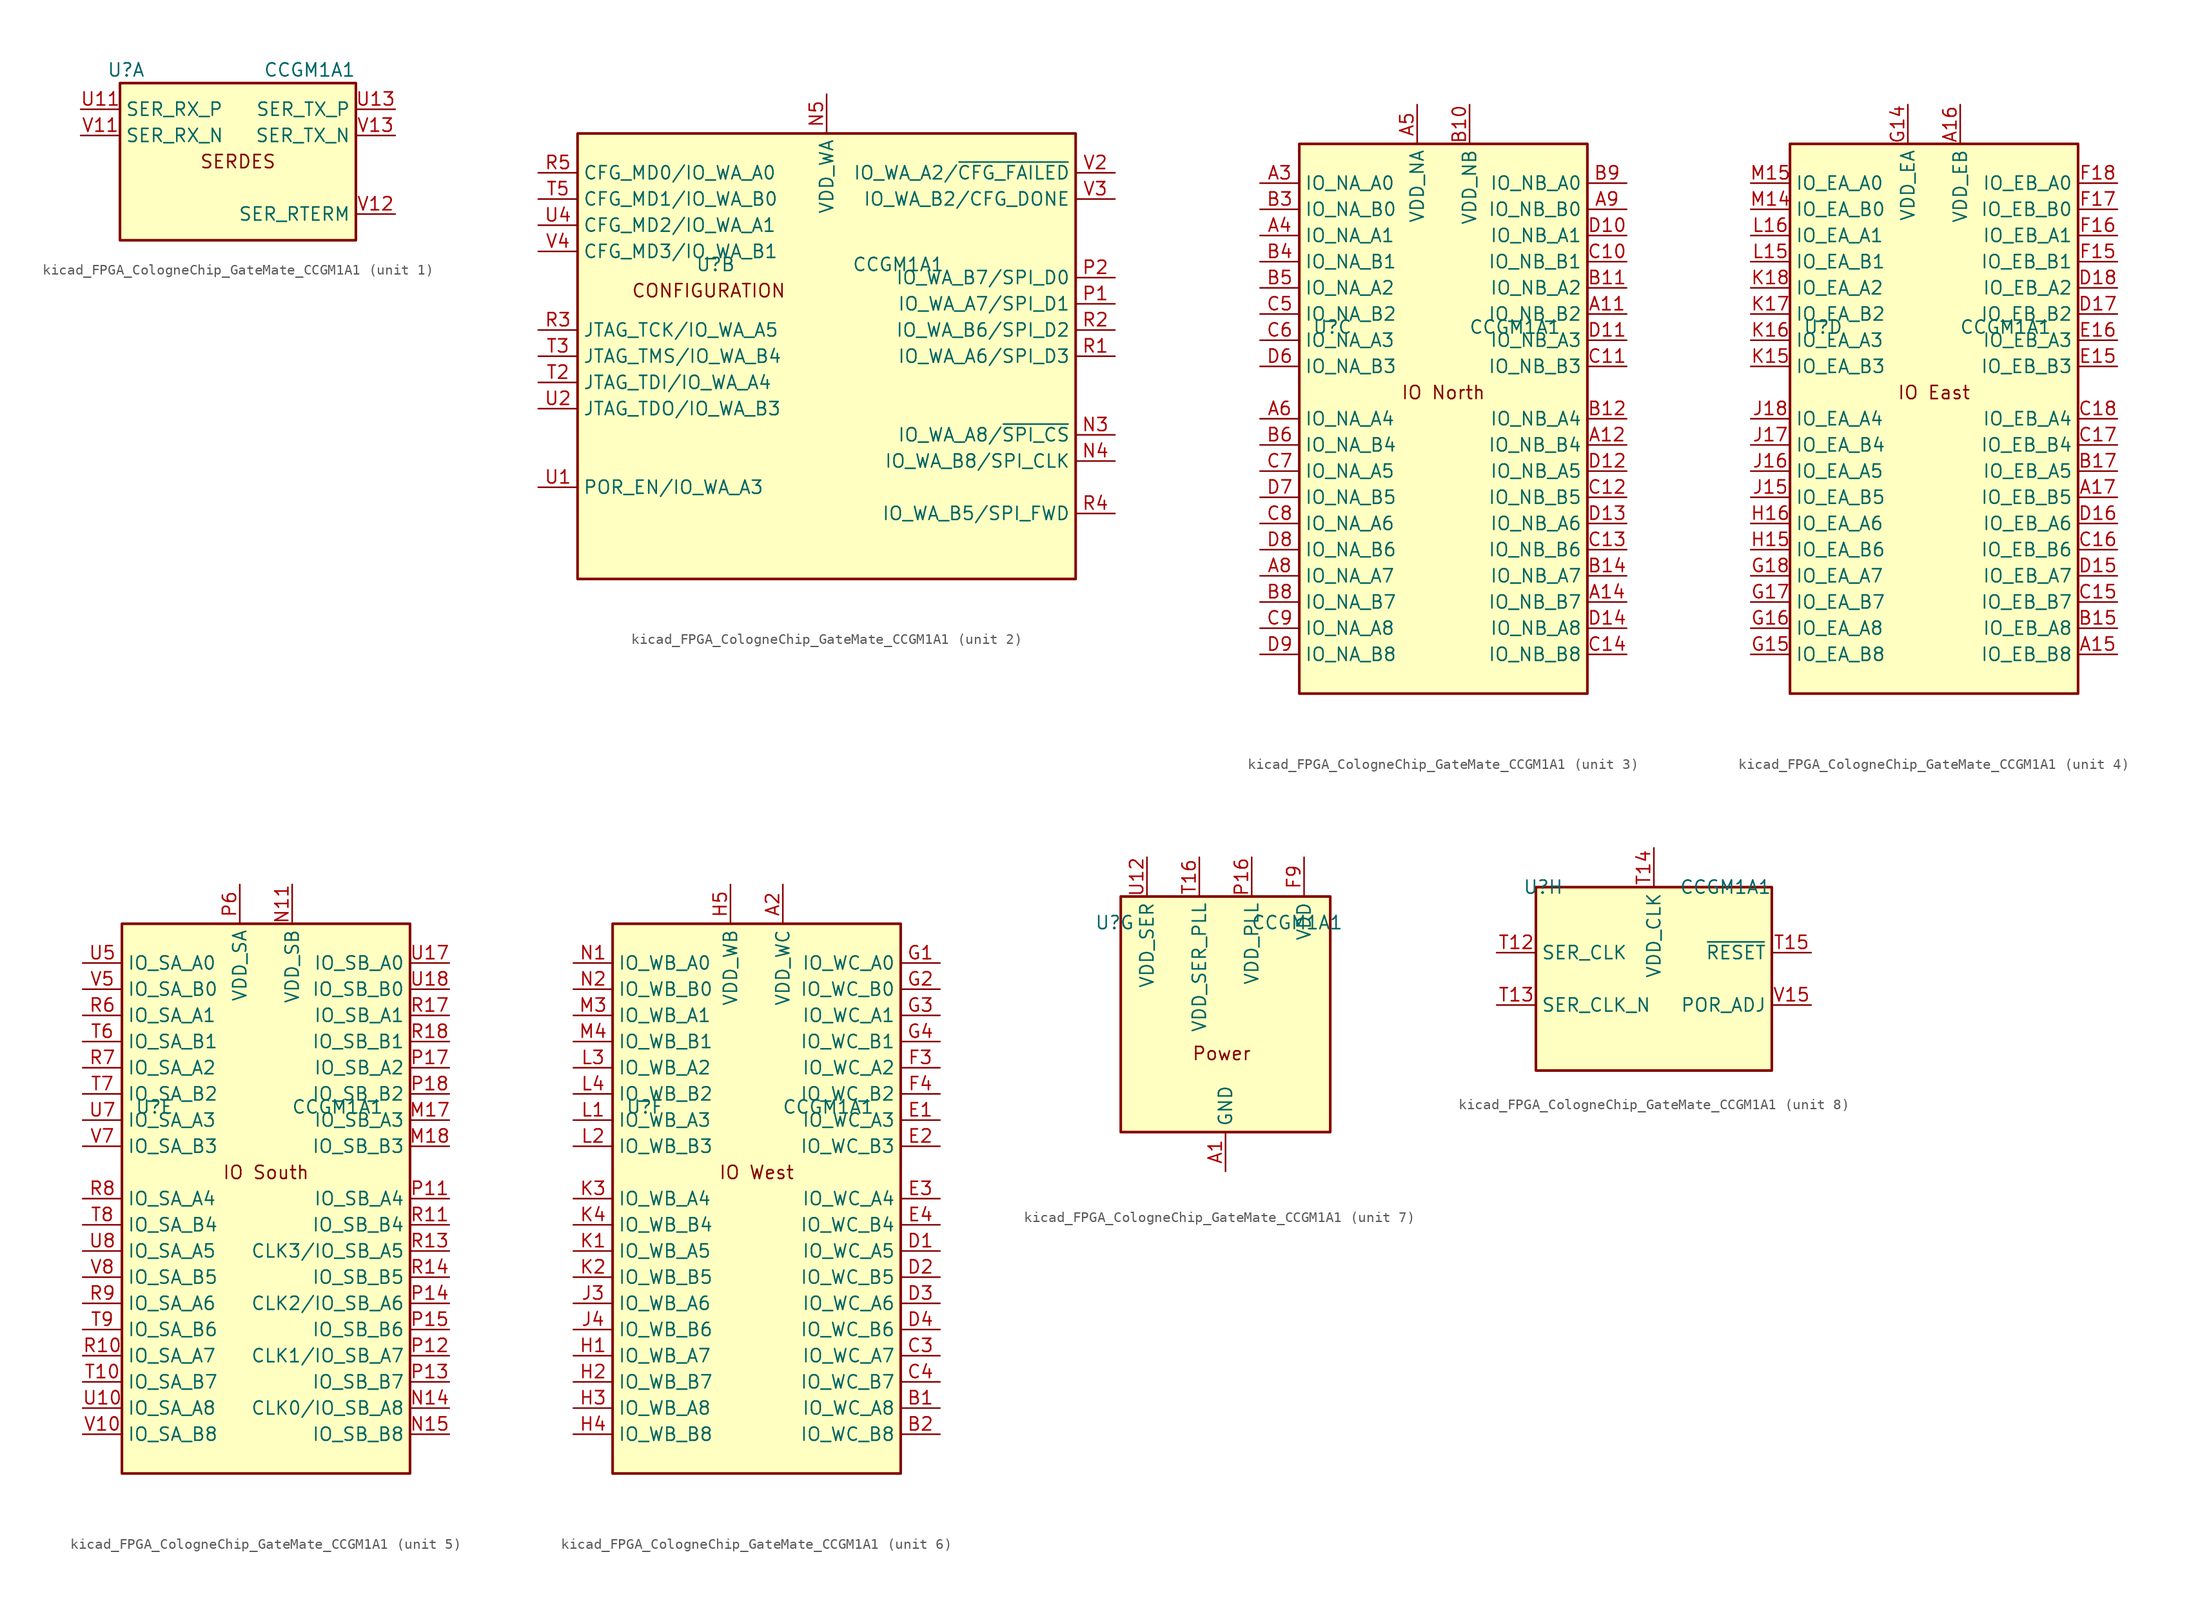
<source format=kicad_sym>
(kicad_symbol_lib
  (version 20220914)
  (generator kicad_symbol_editor)
  (symbol "kicad_FPGA_CologneChip_GateMate_CCGM1A1"
    (property "Reference" "U"
      (at -12.7 8.89 0)
      (effects (font (size 1.27 1.27)) (justify left)))
    (property "Value" "CCGM1A1"
      (at 11.43 8.89 0)
      (effects (font (size 1.27 1.27)) (justify right)))
    (property "ki_locked" ""
      (at 0 0 0)
      (effects (font (size 1.27 1.27))))
    (symbol "kicad_FPGA_CologneChip_GateMate_CCGM1A1_1_1"
      (rectangle (start -11.43 7.62) (end 11.43 -7.62) (stroke (width 0.254) (type default)) (fill (type background)))
      (text "SERDES" (at 0 0 0) (effects (font (size 1.27 1.27))))
      (pin input line (at -15.24 5.08 0) (length 3.81) (name "SER_RX_P" (effects (font (size 1.27 1.27)))) (number "U11" (effects (font (size 1.27 1.27)))))
      (pin output line (at 15.24 5.08 180) (length 3.81) (name "SER_TX_P" (effects (font (size 1.27 1.27)))) (number "U13" (effects (font (size 1.27 1.27)))))
      (pin input line (at -15.24 2.54 0) (length 3.81) (name "SER_RX_N" (effects (font (size 1.27 1.27)))) (number "V11" (effects (font (size 1.27 1.27)))))
      (pin passive line (at 15.24 -5.08 180) (length 3.81) (name "SER_RTERM" (effects (font (size 1.27 1.27)))) (number "V12" (effects (font (size 1.27 1.27)))))
      (pin output line (at 15.24 2.54 180) (length 3.81) (name "SER_TX_N" (effects (font (size 1.27 1.27)))) (number "V13" (effects (font (size 1.27 1.27))))))
    (symbol "kicad_FPGA_CologneChip_GateMate_CCGM1A1_2_1"
      (rectangle (start 24.13 21.59) (end -24.13 -21.59) (stroke (width 0.254) (type default)) (fill (type background)))
      (text "CONFIGURATION" (at -11.43 6.35 0) (effects (font (size 1.27 1.27))))
      (pin bidirectional line (at 27.94 -7.62 180) (length 3.81) (name "IO_WA_A8/~{SPI_CS}" (effects (font (size 1.27 1.27)))) (number "N3" (effects (font (size 1.27 1.27)))))
      (pin bidirectional line (at 27.94 -10.16 180) (length 3.81) (name "IO_WA_B8/SPI_CLK" (effects (font (size 1.27 1.27)))) (number "N4" (effects (font (size 1.27 1.27)))))
      (pin power_in line (at 0 25.4 270) (length 3.81) (name "VDD_WA" (effects (font (size 1.27 1.27)))) (number "N5" (effects (font (size 1.27 1.27)))))
      (pin bidirectional line (at 27.94 5.08 180) (length 3.81) (name "IO_WA_A7/SPI_D1" (effects (font (size 1.27 1.27)))) (number "P1" (effects (font (size 1.27 1.27)))))
      (pin bidirectional line (at 27.94 7.62 180) (length 3.81) (name "IO_WA_B7/SPI_D0" (effects (font (size 1.27 1.27)))) (number "P2" (effects (font (size 1.27 1.27)))))
      (pin passive line (at 0 25.4 270) (length 3.81) hide (name "VDD_WA" (effects (font (size 1.27 1.27)))) (number "P3" (effects (font (size 1.27 1.27)))))
      (pin passive line (at 0 25.4 270) (length 3.81) hide (name "VDD_WA" (effects (font (size 1.27 1.27)))) (number "P5" (effects (font (size 1.27 1.27)))))
      (pin bidirectional line (at 27.94 0 180) (length 3.81) (name "IO_WA_A6/SPI_D3" (effects (font (size 1.27 1.27)))) (number "R1" (effects (font (size 1.27 1.27)))))
      (pin bidirectional line (at 27.94 2.54 180) (length 3.81) (name "IO_WA_B6/SPI_D2" (effects (font (size 1.27 1.27)))) (number "R2" (effects (font (size 1.27 1.27)))))
      (pin bidirectional line (at -27.94 2.54 0) (length 3.81) (name "JTAG_TCK/IO_WA_A5" (effects (font (size 1.27 1.27)))) (number "R3" (effects (font (size 1.27 1.27)))))
      (pin bidirectional line (at 27.94 -15.24 180) (length 3.81) (name "IO_WA_B5/SPI_FWD" (effects (font (size 1.27 1.27)))) (number "R4" (effects (font (size 1.27 1.27)))))
      (pin bidirectional line (at -27.94 17.78 0) (length 3.81) (name "CFG_MD0/IO_WA_A0" (effects (font (size 1.27 1.27)))) (number "R5" (effects (font (size 1.27 1.27)))))
      (pin passive line (at 0 25.4 270) (length 3.81) hide (name "VDD_WA" (effects (font (size 1.27 1.27)))) (number "T1" (effects (font (size 1.27 1.27)))))
      (pin bidirectional line (at -27.94 -2.54 0) (length 3.81) (name "JTAG_TDI/IO_WA_A4" (effects (font (size 1.27 1.27)))) (number "T2" (effects (font (size 1.27 1.27)))))
      (pin bidirectional line (at -27.94 0 0) (length 3.81) (name "JTAG_TMS/IO_WA_B4" (effects (font (size 1.27 1.27)))) (number "T3" (effects (font (size 1.27 1.27)))))
      (pin bidirectional line (at -27.94 15.24 0) (length 3.81) (name "CFG_MD1/IO_WA_B0" (effects (font (size 1.27 1.27)))) (number "T5" (effects (font (size 1.27 1.27)))))
      (pin bidirectional line (at -27.94 -12.7 0) (length 3.81) (name "POR_EN/IO_WA_A3" (effects (font (size 1.27 1.27)))) (number "U1" (effects (font (size 1.27 1.27)))))
      (pin bidirectional line (at -27.94 -5.08 0) (length 3.81) (name "JTAG_TDO/IO_WA_B3" (effects (font (size 1.27 1.27)))) (number "U2" (effects (font (size 1.27 1.27)))))
      (pin passive line (at 0 25.4 270) (length 3.81) hide (name "VDD_WA" (effects (font (size 1.27 1.27)))) (number "U3" (effects (font (size 1.27 1.27)))))
      (pin bidirectional line (at -27.94 12.7 0) (length 3.81) (name "CFG_MD2/IO_WA_A1" (effects (font (size 1.27 1.27)))) (number "U4" (effects (font (size 1.27 1.27)))))
      (pin bidirectional line (at 27.94 17.78 180) (length 3.81) (name "IO_WA_A2/~{CFG_FAILED}" (effects (font (size 1.27 1.27)))) (number "V2" (effects (font (size 1.27 1.27)))))
      (pin bidirectional line (at 27.94 15.24 180) (length 3.81) (name "IO_WA_B2/CFG_DONE" (effects (font (size 1.27 1.27)))) (number "V3" (effects (font (size 1.27 1.27)))))
      (pin bidirectional line (at -27.94 10.16 0) (length 3.81) (name "CFG_MD3/IO_WA_B1" (effects (font (size 1.27 1.27)))) (number "V4" (effects (font (size 1.27 1.27))))))
    (symbol "kicad_FPGA_CologneChip_GateMate_CCGM1A1_3_1"
      (rectangle (start -13.97 -26.67) (end 13.97 26.67) (stroke (width 0.254) (type default)) (fill (type background)))
      (text "IO North" (at 0 2.54 0) (effects (font (size 1.27 1.27))))
      (pin bidirectional line (at 17.78 10.16 180) (length 3.81) (name "IO_NB_B2" (effects (font (size 1.27 1.27)))) (number "A11" (effects (font (size 1.27 1.27)))))
      (pin bidirectional line (at 17.78 -2.54 180) (length 3.81) (name "IO_NB_B4" (effects (font (size 1.27 1.27)))) (number "A12" (effects (font (size 1.27 1.27)))))
      (pin bidirectional line (at 17.78 -17.78 180) (length 3.81) (name "IO_NB_B7" (effects (font (size 1.27 1.27)))) (number "A14" (effects (font (size 1.27 1.27)))))
      (pin bidirectional line (at -17.78 22.86 0) (length 3.81) (name "IO_NA_A0" (effects (font (size 1.27 1.27)))) (number "A3" (effects (font (size 1.27 1.27)))))
      (pin bidirectional line (at -17.78 17.78 0) (length 3.81) (name "IO_NA_A1" (effects (font (size 1.27 1.27)))) (number "A4" (effects (font (size 1.27 1.27)))))
      (pin power_in line (at -2.54 30.48 270) (length 3.81) (name "VDD_NA" (effects (font (size 1.27 1.27)))) (number "A5" (effects (font (size 1.27 1.27)))))
      (pin bidirectional line (at -17.78 0 0) (length 3.81) (name "IO_NA_A4" (effects (font (size 1.27 1.27)))) (number "A6" (effects (font (size 1.27 1.27)))))
      (pin bidirectional line (at -17.78 -15.24 0) (length 3.81) (name "IO_NA_A7" (effects (font (size 1.27 1.27)))) (number "A8" (effects (font (size 1.27 1.27)))))
      (pin bidirectional line (at 17.78 20.32 180) (length 3.81) (name "IO_NB_B0" (effects (font (size 1.27 1.27)))) (number "A9" (effects (font (size 1.27 1.27)))))
      (pin power_in line (at 2.54 30.48 270) (length 3.81) (name "VDD_NB" (effects (font (size 1.27 1.27)))) (number "B10" (effects (font (size 1.27 1.27)))))
      (pin bidirectional line (at 17.78 12.7 180) (length 3.81) (name "IO_NB_A2" (effects (font (size 1.27 1.27)))) (number "B11" (effects (font (size 1.27 1.27)))))
      (pin bidirectional line (at 17.78 0 180) (length 3.81) (name "IO_NB_A4" (effects (font (size 1.27 1.27)))) (number "B12" (effects (font (size 1.27 1.27)))))
      (pin passive line (at 2.54 30.48 270) (length 3.81) hide (name "VDD_NB" (effects (font (size 1.27 1.27)))) (number "B13" (effects (font (size 1.27 1.27)))))
      (pin bidirectional line (at 17.78 -15.24 180) (length 3.81) (name "IO_NB_A7" (effects (font (size 1.27 1.27)))) (number "B14" (effects (font (size 1.27 1.27)))))
      (pin bidirectional line (at -17.78 20.32 0) (length 3.81) (name "IO_NA_B0" (effects (font (size 1.27 1.27)))) (number "B3" (effects (font (size 1.27 1.27)))))
      (pin bidirectional line (at -17.78 15.24 0) (length 3.81) (name "IO_NA_B1" (effects (font (size 1.27 1.27)))) (number "B4" (effects (font (size 1.27 1.27)))))
      (pin bidirectional line (at -17.78 12.7 0) (length 3.81) (name "IO_NA_A2" (effects (font (size 1.27 1.27)))) (number "B5" (effects (font (size 1.27 1.27)))))
      (pin bidirectional line (at -17.78 -2.54 0) (length 3.81) (name "IO_NA_B4" (effects (font (size 1.27 1.27)))) (number "B6" (effects (font (size 1.27 1.27)))))
      (pin passive line (at -2.54 30.48 270) (length 3.81) hide (name "VDD_NA" (effects (font (size 1.27 1.27)))) (number "B7" (effects (font (size 1.27 1.27)))))
      (pin bidirectional line (at -17.78 -17.78 0) (length 3.81) (name "IO_NA_B7" (effects (font (size 1.27 1.27)))) (number "B8" (effects (font (size 1.27 1.27)))))
      (pin bidirectional line (at 17.78 22.86 180) (length 3.81) (name "IO_NB_A0" (effects (font (size 1.27 1.27)))) (number "B9" (effects (font (size 1.27 1.27)))))
      (pin bidirectional line (at 17.78 15.24 180) (length 3.81) (name "IO_NB_B1" (effects (font (size 1.27 1.27)))) (number "C10" (effects (font (size 1.27 1.27)))))
      (pin bidirectional line (at 17.78 5.08 180) (length 3.81) (name "IO_NB_B3" (effects (font (size 1.27 1.27)))) (number "C11" (effects (font (size 1.27 1.27)))))
      (pin bidirectional line (at 17.78 -7.62 180) (length 3.81) (name "IO_NB_B5" (effects (font (size 1.27 1.27)))) (number "C12" (effects (font (size 1.27 1.27)))))
      (pin bidirectional line (at 17.78 -12.7 180) (length 3.81) (name "IO_NB_B6" (effects (font (size 1.27 1.27)))) (number "C13" (effects (font (size 1.27 1.27)))))
      (pin bidirectional line (at 17.78 -22.86 180) (length 3.81) (name "IO_NB_B8" (effects (font (size 1.27 1.27)))) (number "C14" (effects (font (size 1.27 1.27)))))
      (pin bidirectional line (at -17.78 10.16 0) (length 3.81) (name "IO_NA_B2" (effects (font (size 1.27 1.27)))) (number "C5" (effects (font (size 1.27 1.27)))))
      (pin bidirectional line (at -17.78 7.62 0) (length 3.81) (name "IO_NA_A3" (effects (font (size 1.27 1.27)))) (number "C6" (effects (font (size 1.27 1.27)))))
      (pin bidirectional line (at -17.78 -5.08 0) (length 3.81) (name "IO_NA_A5" (effects (font (size 1.27 1.27)))) (number "C7" (effects (font (size 1.27 1.27)))))
      (pin bidirectional line (at -17.78 -10.16 0) (length 3.81) (name "IO_NA_A6" (effects (font (size 1.27 1.27)))) (number "C8" (effects (font (size 1.27 1.27)))))
      (pin bidirectional line (at -17.78 -20.32 0) (length 3.81) (name "IO_NA_A8" (effects (font (size 1.27 1.27)))) (number "C9" (effects (font (size 1.27 1.27)))))
      (pin bidirectional line (at 17.78 17.78 180) (length 3.81) (name "IO_NB_A1" (effects (font (size 1.27 1.27)))) (number "D10" (effects (font (size 1.27 1.27)))))
      (pin bidirectional line (at 17.78 7.62 180) (length 3.81) (name "IO_NB_A3" (effects (font (size 1.27 1.27)))) (number "D11" (effects (font (size 1.27 1.27)))))
      (pin bidirectional line (at 17.78 -5.08 180) (length 3.81) (name "IO_NB_A5" (effects (font (size 1.27 1.27)))) (number "D12" (effects (font (size 1.27 1.27)))))
      (pin bidirectional line (at 17.78 -10.16 180) (length 3.81) (name "IO_NB_A6" (effects (font (size 1.27 1.27)))) (number "D13" (effects (font (size 1.27 1.27)))))
      (pin bidirectional line (at 17.78 -20.32 180) (length 3.81) (name "IO_NB_A8" (effects (font (size 1.27 1.27)))) (number "D14" (effects (font (size 1.27 1.27)))))
      (pin bidirectional line (at -17.78 5.08 0) (length 3.81) (name "IO_NA_B3" (effects (font (size 1.27 1.27)))) (number "D6" (effects (font (size 1.27 1.27)))))
      (pin bidirectional line (at -17.78 -7.62 0) (length 3.81) (name "IO_NA_B5" (effects (font (size 1.27 1.27)))) (number "D7" (effects (font (size 1.27 1.27)))))
      (pin bidirectional line (at -17.78 -12.7 0) (length 3.81) (name "IO_NA_B6" (effects (font (size 1.27 1.27)))) (number "D8" (effects (font (size 1.27 1.27)))))
      (pin bidirectional line (at -17.78 -22.86 0) (length 3.81) (name "IO_NA_B8" (effects (font (size 1.27 1.27)))) (number "D9" (effects (font (size 1.27 1.27)))))
      (pin passive line (at 2.54 30.48 270) (length 3.81) hide (name "VDD_NB" (effects (font (size 1.27 1.27)))) (number "E10" (effects (font (size 1.27 1.27)))))
      (pin passive line (at 2.54 30.48 270) (length 3.81) hide (name "VDD_NB" (effects (font (size 1.27 1.27)))) (number "E12" (effects (font (size 1.27 1.27)))))
      (pin passive line (at -2.54 30.48 270) (length 3.81) hide (name "VDD_NA" (effects (font (size 1.27 1.27)))) (number "E6" (effects (font (size 1.27 1.27)))))
      (pin passive line (at -2.54 30.48 270) (length 3.81) hide (name "VDD_NA" (effects (font (size 1.27 1.27)))) (number "E8" (effects (font (size 1.27 1.27)))))
      (pin passive line (at 2.54 30.48 270) (length 3.81) hide (name "VDD_NB" (effects (font (size 1.27 1.27)))) (number "F11" (effects (font (size 1.27 1.27)))))
      (pin passive line (at -2.54 30.48 270) (length 3.81) hide (name "VDD_NA" (effects (font (size 1.27 1.27)))) (number "F7" (effects (font (size 1.27 1.27))))))
    (symbol "kicad_FPGA_CologneChip_GateMate_CCGM1A1_4_1"
      (rectangle (start -13.97 -26.67) (end 13.97 26.67) (stroke (width 0.254) (type default)) (fill (type background)))
      (text "IO East" (at 0 2.54 0) (effects (font (size 1.27 1.27))))
      (pin bidirectional line (at 17.78 -22.86 180) (length 3.81) (name "IO_EB_B8" (effects (font (size 1.27 1.27)))) (number "A15" (effects (font (size 1.27 1.27)))))
      (pin power_in line (at 2.54 30.48 270) (length 3.81) (name "VDD_EB" (effects (font (size 1.27 1.27)))) (number "A16" (effects (font (size 1.27 1.27)))))
      (pin bidirectional line (at 17.78 -7.62 180) (length 3.81) (name "IO_EB_B5" (effects (font (size 1.27 1.27)))) (number "A17" (effects (font (size 1.27 1.27)))))
      (pin bidirectional line (at 17.78 -20.32 180) (length 3.81) (name "IO_EB_A8" (effects (font (size 1.27 1.27)))) (number "B15" (effects (font (size 1.27 1.27)))))
      (pin bidirectional line (at 17.78 -5.08 180) (length 3.81) (name "IO_EB_A5" (effects (font (size 1.27 1.27)))) (number "B17" (effects (font (size 1.27 1.27)))))
      (pin passive line (at 2.54 30.48 270) (length 3.81) hide (name "VDD_EB" (effects (font (size 1.27 1.27)))) (number "B18" (effects (font (size 1.27 1.27)))))
      (pin bidirectional line (at 17.78 -17.78 180) (length 3.81) (name "IO_EB_B7" (effects (font (size 1.27 1.27)))) (number "C15" (effects (font (size 1.27 1.27)))))
      (pin bidirectional line (at 17.78 -12.7 180) (length 3.81) (name "IO_EB_B6" (effects (font (size 1.27 1.27)))) (number "C16" (effects (font (size 1.27 1.27)))))
      (pin bidirectional line (at 17.78 -2.54 180) (length 3.81) (name "IO_EB_B4" (effects (font (size 1.27 1.27)))) (number "C17" (effects (font (size 1.27 1.27)))))
      (pin bidirectional line (at 17.78 0 180) (length 3.81) (name "IO_EB_A4" (effects (font (size 1.27 1.27)))) (number "C18" (effects (font (size 1.27 1.27)))))
      (pin bidirectional line (at 17.78 -15.24 180) (length 3.81) (name "IO_EB_A7" (effects (font (size 1.27 1.27)))) (number "D15" (effects (font (size 1.27 1.27)))))
      (pin bidirectional line (at 17.78 -10.16 180) (length 3.81) (name "IO_EB_A6" (effects (font (size 1.27 1.27)))) (number "D16" (effects (font (size 1.27 1.27)))))
      (pin bidirectional line (at 17.78 10.16 180) (length 3.81) (name "IO_EB_B2" (effects (font (size 1.27 1.27)))) (number "D17" (effects (font (size 1.27 1.27)))))
      (pin bidirectional line (at 17.78 12.7 180) (length 3.81) (name "IO_EB_A2" (effects (font (size 1.27 1.27)))) (number "D18" (effects (font (size 1.27 1.27)))))
      (pin passive line (at 2.54 30.48 270) (length 3.81) hide (name "VDD_EB" (effects (font (size 1.27 1.27)))) (number "E14" (effects (font (size 1.27 1.27)))))
      (pin bidirectional line (at 17.78 5.08 180) (length 3.81) (name "IO_EB_B3" (effects (font (size 1.27 1.27)))) (number "E15" (effects (font (size 1.27 1.27)))))
      (pin bidirectional line (at 17.78 7.62 180) (length 3.81) (name "IO_EB_A3" (effects (font (size 1.27 1.27)))) (number "E16" (effects (font (size 1.27 1.27)))))
      (pin passive line (at 2.54 30.48 270) (length 3.81) hide (name "VDD_EB" (effects (font (size 1.27 1.27)))) (number "E17" (effects (font (size 1.27 1.27)))))
      (pin passive line (at 2.54 30.48 270) (length 3.81) hide (name "VDD_EB" (effects (font (size 1.27 1.27)))) (number "F13" (effects (font (size 1.27 1.27)))))
      (pin bidirectional line (at 17.78 15.24 180) (length 3.81) (name "IO_EB_B1" (effects (font (size 1.27 1.27)))) (number "F15" (effects (font (size 1.27 1.27)))))
      (pin bidirectional line (at 17.78 17.78 180) (length 3.81) (name "IO_EB_A1" (effects (font (size 1.27 1.27)))) (number "F16" (effects (font (size 1.27 1.27)))))
      (pin bidirectional line (at 17.78 20.32 180) (length 3.81) (name "IO_EB_B0" (effects (font (size 1.27 1.27)))) (number "F17" (effects (font (size 1.27 1.27)))))
      (pin bidirectional line (at 17.78 22.86 180) (length 3.81) (name "IO_EB_A0" (effects (font (size 1.27 1.27)))) (number "F18" (effects (font (size 1.27 1.27)))))
      (pin power_in line (at -2.54 30.48 270) (length 3.81) (name "VDD_EA" (effects (font (size 1.27 1.27)))) (number "G14" (effects (font (size 1.27 1.27)))))
      (pin bidirectional line (at -17.78 -22.86 0) (length 3.81) (name "IO_EA_B8" (effects (font (size 1.27 1.27)))) (number "G15" (effects (font (size 1.27 1.27)))))
      (pin bidirectional line (at -17.78 -20.32 0) (length 3.81) (name "IO_EA_A8" (effects (font (size 1.27 1.27)))) (number "G16" (effects (font (size 1.27 1.27)))))
      (pin bidirectional line (at -17.78 -17.78 0) (length 3.81) (name "IO_EA_B7" (effects (font (size 1.27 1.27)))) (number "G17" (effects (font (size 1.27 1.27)))))
      (pin bidirectional line (at -17.78 -15.24 0) (length 3.81) (name "IO_EA_A7" (effects (font (size 1.27 1.27)))) (number "G18" (effects (font (size 1.27 1.27)))))
      (pin bidirectional line (at -17.78 -12.7 0) (length 3.81) (name "IO_EA_B6" (effects (font (size 1.27 1.27)))) (number "H15" (effects (font (size 1.27 1.27)))))
      (pin bidirectional line (at -17.78 -10.16 0) (length 3.81) (name "IO_EA_A6" (effects (font (size 1.27 1.27)))) (number "H16" (effects (font (size 1.27 1.27)))))
      (pin passive line (at -2.54 30.48 270) (length 3.81) hide (name "VDD_EA" (effects (font (size 1.27 1.27)))) (number "H17" (effects (font (size 1.27 1.27)))))
      (pin passive line (at -2.54 30.48 270) (length 3.81) hide (name "VDD_EA" (effects (font (size 1.27 1.27)))) (number "J14" (effects (font (size 1.27 1.27)))))
      (pin bidirectional line (at -17.78 -7.62 0) (length 3.81) (name "IO_EA_B5" (effects (font (size 1.27 1.27)))) (number "J15" (effects (font (size 1.27 1.27)))))
      (pin bidirectional line (at -17.78 -5.08 0) (length 3.81) (name "IO_EA_A5" (effects (font (size 1.27 1.27)))) (number "J16" (effects (font (size 1.27 1.27)))))
      (pin bidirectional line (at -17.78 -2.54 0) (length 3.81) (name "IO_EA_B4" (effects (font (size 1.27 1.27)))) (number "J17" (effects (font (size 1.27 1.27)))))
      (pin bidirectional line (at -17.78 0 0) (length 3.81) (name "IO_EA_A4" (effects (font (size 1.27 1.27)))) (number "J18" (effects (font (size 1.27 1.27)))))
      (pin bidirectional line (at -17.78 5.08 0) (length 3.81) (name "IO_EA_B3" (effects (font (size 1.27 1.27)))) (number "K15" (effects (font (size 1.27 1.27)))))
      (pin bidirectional line (at -17.78 7.62 0) (length 3.81) (name "IO_EA_A3" (effects (font (size 1.27 1.27)))) (number "K16" (effects (font (size 1.27 1.27)))))
      (pin bidirectional line (at -17.78 10.16 0) (length 3.81) (name "IO_EA_B2" (effects (font (size 1.27 1.27)))) (number "K17" (effects (font (size 1.27 1.27)))))
      (pin bidirectional line (at -17.78 12.7 0) (length 3.81) (name "IO_EA_A2" (effects (font (size 1.27 1.27)))) (number "K18" (effects (font (size 1.27 1.27)))))
      (pin passive line (at -2.54 30.48 270) (length 3.81) hide (name "VDD_EA" (effects (font (size 1.27 1.27)))) (number "L14" (effects (font (size 1.27 1.27)))))
      (pin bidirectional line (at -17.78 15.24 0) (length 3.81) (name "IO_EA_B1" (effects (font (size 1.27 1.27)))) (number "L15" (effects (font (size 1.27 1.27)))))
      (pin bidirectional line (at -17.78 17.78 0) (length 3.81) (name "IO_EA_A1" (effects (font (size 1.27 1.27)))) (number "L16" (effects (font (size 1.27 1.27)))))
      (pin passive line (at -2.54 30.48 270) (length 3.81) hide (name "VDD_EA" (effects (font (size 1.27 1.27)))) (number "L17" (effects (font (size 1.27 1.27)))))
      (pin bidirectional line (at -17.78 20.32 0) (length 3.81) (name "IO_EA_B0" (effects (font (size 1.27 1.27)))) (number "M14" (effects (font (size 1.27 1.27)))))
      (pin bidirectional line (at -17.78 22.86 0) (length 3.81) (name "IO_EA_A0" (effects (font (size 1.27 1.27)))) (number "M15" (effects (font (size 1.27 1.27))))))
    (symbol "kicad_FPGA_CologneChip_GateMate_CCGM1A1_5_1"
      (rectangle (start -13.97 -26.67) (end 13.97 26.67) (stroke (width 0.254) (type default)) (fill (type background)))
      (text "IO South" (at 0 2.54 0) (effects (font (size 1.27 1.27))))
      (pin bidirectional line (at 17.78 7.62 180) (length 3.81) (name "IO_SB_A3" (effects (font (size 1.27 1.27)))) (number "M17" (effects (font (size 1.27 1.27)))))
      (pin bidirectional line (at 17.78 5.08 180) (length 3.81) (name "IO_SB_B3" (effects (font (size 1.27 1.27)))) (number "M18" (effects (font (size 1.27 1.27)))))
      (pin power_in line (at 2.54 30.48 270) (length 3.81) (name "VDD_SB" (effects (font (size 1.27 1.27)))) (number "N11" (effects (font (size 1.27 1.27)))))
      (pin passive line (at 2.54 30.48 270) (length 3.81) hide (name "VDD_SB" (effects (font (size 1.27 1.27)))) (number "N13" (effects (font (size 1.27 1.27)))))
      (pin bidirectional line (at 17.78 -20.32 180) (length 3.81) (name "CLK0/IO_SB_A8" (effects (font (size 1.27 1.27)))) (number "N14" (effects (font (size 1.27 1.27)))))
      (pin bidirectional line (at 17.78 -22.86 180) (length 3.81) (name "IO_SB_B8" (effects (font (size 1.27 1.27)))) (number "N15" (effects (font (size 1.27 1.27)))))
      (pin passive line (at 2.54 30.48 270) (length 3.81) hide (name "VDD_SB" (effects (font (size 1.27 1.27)))) (number "N18" (effects (font (size 1.27 1.27)))))
      (pin passive line (at -2.54 30.48 270) (length 3.81) hide (name "VDD_SA" (effects (font (size 1.27 1.27)))) (number "P10" (effects (font (size 1.27 1.27)))))
      (pin bidirectional line (at 17.78 0 180) (length 3.81) (name "IO_SB_A4" (effects (font (size 1.27 1.27)))) (number "P11" (effects (font (size 1.27 1.27)))))
      (pin bidirectional line (at 17.78 -15.24 180) (length 3.81) (name "CLK1/IO_SB_A7" (effects (font (size 1.27 1.27)))) (number "P12" (effects (font (size 1.27 1.27)))))
      (pin bidirectional line (at 17.78 -17.78 180) (length 3.81) (name "IO_SB_B7" (effects (font (size 1.27 1.27)))) (number "P13" (effects (font (size 1.27 1.27)))))
      (pin bidirectional line (at 17.78 -10.16 180) (length 3.81) (name "CLK2/IO_SB_A6" (effects (font (size 1.27 1.27)))) (number "P14" (effects (font (size 1.27 1.27)))))
      (pin bidirectional line (at 17.78 -12.7 180) (length 3.81) (name "IO_SB_B6" (effects (font (size 1.27 1.27)))) (number "P15" (effects (font (size 1.27 1.27)))))
      (pin bidirectional line (at 17.78 12.7 180) (length 3.81) (name "IO_SB_A2" (effects (font (size 1.27 1.27)))) (number "P17" (effects (font (size 1.27 1.27)))))
      (pin bidirectional line (at 17.78 10.16 180) (length 3.81) (name "IO_SB_B2" (effects (font (size 1.27 1.27)))) (number "P18" (effects (font (size 1.27 1.27)))))
      (pin power_in line (at -2.54 30.48 270) (length 3.81) (name "VDD_SA" (effects (font (size 1.27 1.27)))) (number "P6" (effects (font (size 1.27 1.27)))))
      (pin passive line (at -2.54 30.48 270) (length 3.81) hide (name "VDD_SA" (effects (font (size 1.27 1.27)))) (number "P8" (effects (font (size 1.27 1.27)))))
      (pin bidirectional line (at -17.78 -15.24 0) (length 3.81) (name "IO_SA_A7" (effects (font (size 1.27 1.27)))) (number "R10" (effects (font (size 1.27 1.27)))))
      (pin bidirectional line (at 17.78 -2.54 180) (length 3.81) (name "IO_SB_B4" (effects (font (size 1.27 1.27)))) (number "R11" (effects (font (size 1.27 1.27)))))
      (pin bidirectional line (at 17.78 -5.08 180) (length 3.81) (name "CLK3/IO_SB_A5" (effects (font (size 1.27 1.27)))) (number "R13" (effects (font (size 1.27 1.27)))))
      (pin bidirectional line (at 17.78 -7.62 180) (length 3.81) (name "IO_SB_B5" (effects (font (size 1.27 1.27)))) (number "R14" (effects (font (size 1.27 1.27)))))
      (pin passive line (at 2.54 30.48 270) (length 3.81) hide (name "VDD_SB" (effects (font (size 1.27 1.27)))) (number "R15" (effects (font (size 1.27 1.27)))))
      (pin bidirectional line (at 17.78 17.78 180) (length 3.81) (name "IO_SB_A1" (effects (font (size 1.27 1.27)))) (number "R17" (effects (font (size 1.27 1.27)))))
      (pin bidirectional line (at 17.78 15.24 180) (length 3.81) (name "IO_SB_B1" (effects (font (size 1.27 1.27)))) (number "R18" (effects (font (size 1.27 1.27)))))
      (pin bidirectional line (at -17.78 17.78 0) (length 3.81) (name "IO_SA_A1" (effects (font (size 1.27 1.27)))) (number "R6" (effects (font (size 1.27 1.27)))))
      (pin bidirectional line (at -17.78 12.7 0) (length 3.81) (name "IO_SA_A2" (effects (font (size 1.27 1.27)))) (number "R7" (effects (font (size 1.27 1.27)))))
      (pin bidirectional line (at -17.78 0 0) (length 3.81) (name "IO_SA_A4" (effects (font (size 1.27 1.27)))) (number "R8" (effects (font (size 1.27 1.27)))))
      (pin bidirectional line (at -17.78 -10.16 0) (length 3.81) (name "IO_SA_A6" (effects (font (size 1.27 1.27)))) (number "R9" (effects (font (size 1.27 1.27)))))
      (pin bidirectional line (at -17.78 -17.78 0) (length 3.81) (name "IO_SA_B7" (effects (font (size 1.27 1.27)))) (number "T10" (effects (font (size 1.27 1.27)))))
      (pin passive line (at 2.54 30.48 270) (length 3.81) hide (name "VDD_SB" (effects (font (size 1.27 1.27)))) (number "T18" (effects (font (size 1.27 1.27)))))
      (pin bidirectional line (at -17.78 15.24 0) (length 3.81) (name "IO_SA_B1" (effects (font (size 1.27 1.27)))) (number "T6" (effects (font (size 1.27 1.27)))))
      (pin bidirectional line (at -17.78 10.16 0) (length 3.81) (name "IO_SA_B2" (effects (font (size 1.27 1.27)))) (number "T7" (effects (font (size 1.27 1.27)))))
      (pin bidirectional line (at -17.78 -2.54 0) (length 3.81) (name "IO_SA_B4" (effects (font (size 1.27 1.27)))) (number "T8" (effects (font (size 1.27 1.27)))))
      (pin bidirectional line (at -17.78 -12.7 0) (length 3.81) (name "IO_SA_B6" (effects (font (size 1.27 1.27)))) (number "T9" (effects (font (size 1.27 1.27)))))
      (pin bidirectional line (at -17.78 -20.32 0) (length 3.81) (name "IO_SA_A8" (effects (font (size 1.27 1.27)))) (number "U10" (effects (font (size 1.27 1.27)))))
      (pin bidirectional line (at 17.78 22.86 180) (length 3.81) (name "IO_SB_A0" (effects (font (size 1.27 1.27)))) (number "U17" (effects (font (size 1.27 1.27)))))
      (pin bidirectional line (at 17.78 20.32 180) (length 3.81) (name "IO_SB_B0" (effects (font (size 1.27 1.27)))) (number "U18" (effects (font (size 1.27 1.27)))))
      (pin bidirectional line (at -17.78 22.86 0) (length 3.81) (name "IO_SA_A0" (effects (font (size 1.27 1.27)))) (number "U5" (effects (font (size 1.27 1.27)))))
      (pin passive line (at -2.54 30.48 270) (length 3.81) hide (name "VDD_SA" (effects (font (size 1.27 1.27)))) (number "U6" (effects (font (size 1.27 1.27)))))
      (pin bidirectional line (at -17.78 7.62 0) (length 3.81) (name "IO_SA_A3" (effects (font (size 1.27 1.27)))) (number "U7" (effects (font (size 1.27 1.27)))))
      (pin bidirectional line (at -17.78 -5.08 0) (length 3.81) (name "IO_SA_A5" (effects (font (size 1.27 1.27)))) (number "U8" (effects (font (size 1.27 1.27)))))
      (pin passive line (at -2.54 30.48 270) (length 3.81) hide (name "VDD_SA" (effects (font (size 1.27 1.27)))) (number "U9" (effects (font (size 1.27 1.27)))))
      (pin bidirectional line (at -17.78 -22.86 0) (length 3.81) (name "IO_SA_B8" (effects (font (size 1.27 1.27)))) (number "V10" (effects (font (size 1.27 1.27)))))
      (pin bidirectional line (at -17.78 20.32 0) (length 3.81) (name "IO_SA_B0" (effects (font (size 1.27 1.27)))) (number "V5" (effects (font (size 1.27 1.27)))))
      (pin bidirectional line (at -17.78 5.08 0) (length 3.81) (name "IO_SA_B3" (effects (font (size 1.27 1.27)))) (number "V7" (effects (font (size 1.27 1.27)))))
      (pin bidirectional line (at -17.78 -7.62 0) (length 3.81) (name "IO_SA_B5" (effects (font (size 1.27 1.27)))) (number "V8" (effects (font (size 1.27 1.27))))))
    (symbol "kicad_FPGA_CologneChip_GateMate_CCGM1A1_6_1"
      (rectangle (start -13.97 -26.67) (end 13.97 26.67) (stroke (width 0.254) (type default)) (fill (type background)))
      (text "IO West" (at 0 2.54 0) (effects (font (size 1.27 1.27))))
      (pin power_in line (at 2.54 30.48 270) (length 3.81) (name "VDD_WC" (effects (font (size 1.27 1.27)))) (number "A2" (effects (font (size 1.27 1.27)))))
      (pin bidirectional line (at 17.78 -20.32 180) (length 3.81) (name "IO_WC_A8" (effects (font (size 1.27 1.27)))) (number "B1" (effects (font (size 1.27 1.27)))))
      (pin bidirectional line (at 17.78 -22.86 180) (length 3.81) (name "IO_WC_B8" (effects (font (size 1.27 1.27)))) (number "B2" (effects (font (size 1.27 1.27)))))
      (pin passive line (at 2.54 30.48 270) (length 3.81) hide (name "VDD_WC" (effects (font (size 1.27 1.27)))) (number "C2" (effects (font (size 1.27 1.27)))))
      (pin bidirectional line (at 17.78 -15.24 180) (length 3.81) (name "IO_WC_A7" (effects (font (size 1.27 1.27)))) (number "C3" (effects (font (size 1.27 1.27)))))
      (pin bidirectional line (at 17.78 -17.78 180) (length 3.81) (name "IO_WC_B7" (effects (font (size 1.27 1.27)))) (number "C4" (effects (font (size 1.27 1.27)))))
      (pin bidirectional line (at 17.78 -5.08 180) (length 3.81) (name "IO_WC_A5" (effects (font (size 1.27 1.27)))) (number "D1" (effects (font (size 1.27 1.27)))))
      (pin bidirectional line (at 17.78 -7.62 180) (length 3.81) (name "IO_WC_B5" (effects (font (size 1.27 1.27)))) (number "D2" (effects (font (size 1.27 1.27)))))
      (pin bidirectional line (at 17.78 -10.16 180) (length 3.81) (name "IO_WC_A6" (effects (font (size 1.27 1.27)))) (number "D3" (effects (font (size 1.27 1.27)))))
      (pin bidirectional line (at 17.78 -12.7 180) (length 3.81) (name "IO_WC_B6" (effects (font (size 1.27 1.27)))) (number "D4" (effects (font (size 1.27 1.27)))))
      (pin passive line (at 2.54 30.48 270) (length 3.81) hide (name "VDD_WC" (effects (font (size 1.27 1.27)))) (number "D5" (effects (font (size 1.27 1.27)))))
      (pin bidirectional line (at 17.78 7.62 180) (length 3.81) (name "IO_WC_A3" (effects (font (size 1.27 1.27)))) (number "E1" (effects (font (size 1.27 1.27)))))
      (pin bidirectional line (at 17.78 5.08 180) (length 3.81) (name "IO_WC_B3" (effects (font (size 1.27 1.27)))) (number "E2" (effects (font (size 1.27 1.27)))))
      (pin bidirectional line (at 17.78 0 180) (length 3.81) (name "IO_WC_A4" (effects (font (size 1.27 1.27)))) (number "E3" (effects (font (size 1.27 1.27)))))
      (pin bidirectional line (at 17.78 -2.54 180) (length 3.81) (name "IO_WC_B4" (effects (font (size 1.27 1.27)))) (number "E4" (effects (font (size 1.27 1.27)))))
      (pin passive line (at 2.54 30.48 270) (length 3.81) hide (name "VDD_WC" (effects (font (size 1.27 1.27)))) (number "F2" (effects (font (size 1.27 1.27)))))
      (pin bidirectional line (at 17.78 12.7 180) (length 3.81) (name "IO_WC_A2" (effects (font (size 1.27 1.27)))) (number "F3" (effects (font (size 1.27 1.27)))))
      (pin bidirectional line (at 17.78 10.16 180) (length 3.81) (name "IO_WC_B2" (effects (font (size 1.27 1.27)))) (number "F4" (effects (font (size 1.27 1.27)))))
      (pin passive line (at 2.54 30.48 270) (length 3.81) hide (name "VDD_WC" (effects (font (size 1.27 1.27)))) (number "F5" (effects (font (size 1.27 1.27)))))
      (pin bidirectional line (at 17.78 22.86 180) (length 3.81) (name "IO_WC_A0" (effects (font (size 1.27 1.27)))) (number "G1" (effects (font (size 1.27 1.27)))))
      (pin bidirectional line (at 17.78 20.32 180) (length 3.81) (name "IO_WC_B0" (effects (font (size 1.27 1.27)))) (number "G2" (effects (font (size 1.27 1.27)))))
      (pin bidirectional line (at 17.78 17.78 180) (length 3.81) (name "IO_WC_A1" (effects (font (size 1.27 1.27)))) (number "G3" (effects (font (size 1.27 1.27)))))
      (pin bidirectional line (at 17.78 15.24 180) (length 3.81) (name "IO_WC_B1" (effects (font (size 1.27 1.27)))) (number "G4" (effects (font (size 1.27 1.27)))))
      (pin bidirectional line (at -17.78 -15.24 0) (length 3.81) (name "IO_WB_A7" (effects (font (size 1.27 1.27)))) (number "H1" (effects (font (size 1.27 1.27)))))
      (pin bidirectional line (at -17.78 -17.78 0) (length 3.81) (name "IO_WB_B7" (effects (font (size 1.27 1.27)))) (number "H2" (effects (font (size 1.27 1.27)))))
      (pin bidirectional line (at -17.78 -20.32 0) (length 3.81) (name "IO_WB_A8" (effects (font (size 1.27 1.27)))) (number "H3" (effects (font (size 1.27 1.27)))))
      (pin bidirectional line (at -17.78 -22.86 0) (length 3.81) (name "IO_WB_B8" (effects (font (size 1.27 1.27)))) (number "H4" (effects (font (size 1.27 1.27)))))
      (pin power_in line (at -2.54 30.48 270) (length 3.81) (name "VDD_WB" (effects (font (size 1.27 1.27)))) (number "H5" (effects (font (size 1.27 1.27)))))
      (pin passive line (at -2.54 30.48 270) (length 3.81) hide (name "VDD_WB" (effects (font (size 1.27 1.27)))) (number "J2" (effects (font (size 1.27 1.27)))))
      (pin bidirectional line (at -17.78 -10.16 0) (length 3.81) (name "IO_WB_A6" (effects (font (size 1.27 1.27)))) (number "J3" (effects (font (size 1.27 1.27)))))
      (pin bidirectional line (at -17.78 -12.7 0) (length 3.81) (name "IO_WB_B6" (effects (font (size 1.27 1.27)))) (number "J4" (effects (font (size 1.27 1.27)))))
      (pin bidirectional line (at -17.78 -5.08 0) (length 3.81) (name "IO_WB_A5" (effects (font (size 1.27 1.27)))) (number "K1" (effects (font (size 1.27 1.27)))))
      (pin bidirectional line (at -17.78 -7.62 0) (length 3.81) (name "IO_WB_B5" (effects (font (size 1.27 1.27)))) (number "K2" (effects (font (size 1.27 1.27)))))
      (pin bidirectional line (at -17.78 0 0) (length 3.81) (name "IO_WB_A4" (effects (font (size 1.27 1.27)))) (number "K3" (effects (font (size 1.27 1.27)))))
      (pin bidirectional line (at -17.78 -2.54 0) (length 3.81) (name "IO_WB_B4" (effects (font (size 1.27 1.27)))) (number "K4" (effects (font (size 1.27 1.27)))))
      (pin passive line (at -2.54 30.48 270) (length 3.81) hide (name "VDD_WB" (effects (font (size 1.27 1.27)))) (number "K5" (effects (font (size 1.27 1.27)))))
      (pin bidirectional line (at -17.78 7.62 0) (length 3.81) (name "IO_WB_A3" (effects (font (size 1.27 1.27)))) (number "L1" (effects (font (size 1.27 1.27)))))
      (pin bidirectional line (at -17.78 5.08 0) (length 3.81) (name "IO_WB_B3" (effects (font (size 1.27 1.27)))) (number "L2" (effects (font (size 1.27 1.27)))))
      (pin bidirectional line (at -17.78 12.7 0) (length 3.81) (name "IO_WB_A2" (effects (font (size 1.27 1.27)))) (number "L3" (effects (font (size 1.27 1.27)))))
      (pin bidirectional line (at -17.78 10.16 0) (length 3.81) (name "IO_WB_B2" (effects (font (size 1.27 1.27)))) (number "L4" (effects (font (size 1.27 1.27)))))
      (pin passive line (at -2.54 30.48 270) (length 3.81) hide (name "VDD_WB" (effects (font (size 1.27 1.27)))) (number "M2" (effects (font (size 1.27 1.27)))))
      (pin bidirectional line (at -17.78 17.78 0) (length 3.81) (name "IO_WB_A1" (effects (font (size 1.27 1.27)))) (number "M3" (effects (font (size 1.27 1.27)))))
      (pin bidirectional line (at -17.78 15.24 0) (length 3.81) (name "IO_WB_B1" (effects (font (size 1.27 1.27)))) (number "M4" (effects (font (size 1.27 1.27)))))
      (pin passive line (at -2.54 30.48 270) (length 3.81) hide (name "VDD_WB" (effects (font (size 1.27 1.27)))) (number "M5" (effects (font (size 1.27 1.27)))))
      (pin bidirectional line (at -17.78 22.86 0) (length 3.81) (name "IO_WB_A0" (effects (font (size 1.27 1.27)))) (number "N1" (effects (font (size 1.27 1.27)))))
      (pin bidirectional line (at -17.78 20.32 0) (length 3.81) (name "IO_WB_B0" (effects (font (size 1.27 1.27)))) (number "N2" (effects (font (size 1.27 1.27))))))
    (symbol "kicad_FPGA_CologneChip_GateMate_CCGM1A1_7_1"
      (rectangle (start -10.16 11.43) (end 10.16 -11.43) (stroke (width 0.254) (type default)) (fill (type background)))
      (text "Power" (at 2.54 -3.81 0) (effects (font (size 1.27 1.27)) (justify right)))
      (pin power_in line (at 0 -15.24 90) (length 3.81) (name "GND" (effects (font (size 1.27 1.27)))) (number "A1" (effects (font (size 1.27 1.27)))))
      (pin passive line (at 0 -15.24 90) (length 3.81) hide (name "GND" (effects (font (size 1.27 1.27)))) (number "A10" (effects (font (size 1.27 1.27)))))
      (pin passive line (at 0 -15.24 90) (length 3.81) hide (name "GND" (effects (font (size 1.27 1.27)))) (number "A13" (effects (font (size 1.27 1.27)))))
      (pin passive line (at 0 -15.24 90) (length 3.81) hide (name "GND" (effects (font (size 1.27 1.27)))) (number "A18" (effects (font (size 1.27 1.27)))))
      (pin passive line (at 0 -15.24 90) (length 3.81) hide (name "GND" (effects (font (size 1.27 1.27)))) (number "A7" (effects (font (size 1.27 1.27)))))
      (pin passive line (at 0 -15.24 90) (length 3.81) hide (name "GND" (effects (font (size 1.27 1.27)))) (number "B16" (effects (font (size 1.27 1.27)))))
      (pin passive line (at 0 -15.24 90) (length 3.81) hide (name "GND" (effects (font (size 1.27 1.27)))) (number "C1" (effects (font (size 1.27 1.27)))))
      (pin passive line (at 0 -15.24 90) (length 3.81) hide (name "GND" (effects (font (size 1.27 1.27)))) (number "E11" (effects (font (size 1.27 1.27)))))
      (pin passive line (at 0 -15.24 90) (length 3.81) hide (name "GND" (effects (font (size 1.27 1.27)))) (number "E13" (effects (font (size 1.27 1.27)))))
      (pin passive line (at 0 -15.24 90) (length 3.81) hide (name "GND" (effects (font (size 1.27 1.27)))) (number "E18" (effects (font (size 1.27 1.27)))))
      (pin passive line (at 0 -15.24 90) (length 3.81) hide (name "GND" (effects (font (size 1.27 1.27)))) (number "E5" (effects (font (size 1.27 1.27)))))
      (pin passive line (at 0 -15.24 90) (length 3.81) hide (name "GND" (effects (font (size 1.27 1.27)))) (number "E7" (effects (font (size 1.27 1.27)))))
      (pin passive line (at 0 -15.24 90) (length 3.81) hide (name "GND" (effects (font (size 1.27 1.27)))) (number "E9" (effects (font (size 1.27 1.27)))))
      (pin passive line (at 0 -15.24 90) (length 3.81) hide (name "GND" (effects (font (size 1.27 1.27)))) (number "F1" (effects (font (size 1.27 1.27)))))
      (pin passive line (at 0 -15.24 90) (length 3.81) hide (name "GND" (effects (font (size 1.27 1.27)))) (number "F10" (effects (font (size 1.27 1.27)))))
      (pin passive line (at 0 -15.24 90) (length 3.81) hide (name "GND" (effects (font (size 1.27 1.27)))) (number "F12" (effects (font (size 1.27 1.27)))))
      (pin passive line (at 0 -15.24 90) (length 3.81) hide (name "GND" (effects (font (size 1.27 1.27)))) (number "F14" (effects (font (size 1.27 1.27)))))
      (pin passive line (at 0 -15.24 90) (length 3.81) hide (name "GND" (effects (font (size 1.27 1.27)))) (number "F6" (effects (font (size 1.27 1.27)))))
      (pin passive line (at 0 -15.24 90) (length 3.81) hide (name "GND" (effects (font (size 1.27 1.27)))) (number "F8" (effects (font (size 1.27 1.27)))))
      (pin power_in line (at 7.62 15.24 270) (length 3.81) (name "VDD" (effects (font (size 1.27 1.27)))) (number "F9" (effects (font (size 1.27 1.27)))))
      (pin passive line (at 7.62 15.24 270) (length 3.81) hide (name "VDD" (effects (font (size 1.27 1.27)))) (number "G10" (effects (font (size 1.27 1.27)))))
      (pin passive line (at 0 -15.24 90) (length 3.81) hide (name "GND" (effects (font (size 1.27 1.27)))) (number "G11" (effects (font (size 1.27 1.27)))))
      (pin passive line (at 7.62 15.24 270) (length 3.81) hide (name "VDD" (effects (font (size 1.27 1.27)))) (number "G12" (effects (font (size 1.27 1.27)))))
      (pin passive line (at 0 -15.24 90) (length 3.81) hide (name "GND" (effects (font (size 1.27 1.27)))) (number "G13" (effects (font (size 1.27 1.27)))))
      (pin passive line (at 0 -15.24 90) (length 3.81) hide (name "GND" (effects (font (size 1.27 1.27)))) (number "G5" (effects (font (size 1.27 1.27)))))
      (pin passive line (at 7.62 15.24 270) (length 3.81) hide (name "VDD" (effects (font (size 1.27 1.27)))) (number "G6" (effects (font (size 1.27 1.27)))))
      (pin passive line (at 0 -15.24 90) (length 3.81) hide (name "GND" (effects (font (size 1.27 1.27)))) (number "G7" (effects (font (size 1.27 1.27)))))
      (pin passive line (at 7.62 15.24 270) (length 3.81) hide (name "VDD" (effects (font (size 1.27 1.27)))) (number "G8" (effects (font (size 1.27 1.27)))))
      (pin passive line (at 0 -15.24 90) (length 3.81) hide (name "GND" (effects (font (size 1.27 1.27)))) (number "G9" (effects (font (size 1.27 1.27)))))
      (pin passive line (at 0 -15.24 90) (length 3.81) hide (name "GND" (effects (font (size 1.27 1.27)))) (number "H10" (effects (font (size 1.27 1.27)))))
      (pin passive line (at 7.62 15.24 270) (length 3.81) hide (name "VDD" (effects (font (size 1.27 1.27)))) (number "H11" (effects (font (size 1.27 1.27)))))
      (pin passive line (at 0 -15.24 90) (length 3.81) hide (name "GND" (effects (font (size 1.27 1.27)))) (number "H12" (effects (font (size 1.27 1.27)))))
      (pin passive line (at 7.62 15.24 270) (length 3.81) hide (name "VDD" (effects (font (size 1.27 1.27)))) (number "H13" (effects (font (size 1.27 1.27)))))
      (pin passive line (at 0 -15.24 90) (length 3.81) hide (name "GND" (effects (font (size 1.27 1.27)))) (number "H14" (effects (font (size 1.27 1.27)))))
      (pin passive line (at 0 -15.24 90) (length 3.81) hide (name "GND" (effects (font (size 1.27 1.27)))) (number "H18" (effects (font (size 1.27 1.27)))))
      (pin passive line (at 0 -15.24 90) (length 3.81) hide (name "GND" (effects (font (size 1.27 1.27)))) (number "H6" (effects (font (size 1.27 1.27)))))
      (pin passive line (at 7.62 15.24 270) (length 3.81) hide (name "VDD" (effects (font (size 1.27 1.27)))) (number "H7" (effects (font (size 1.27 1.27)))))
      (pin passive line (at 0 -15.24 90) (length 3.81) hide (name "GND" (effects (font (size 1.27 1.27)))) (number "H8" (effects (font (size 1.27 1.27)))))
      (pin passive line (at 7.62 15.24 270) (length 3.81) hide (name "VDD" (effects (font (size 1.27 1.27)))) (number "H9" (effects (font (size 1.27 1.27)))))
      (pin passive line (at 0 -15.24 90) (length 3.81) hide (name "GND" (effects (font (size 1.27 1.27)))) (number "J1" (effects (font (size 1.27 1.27)))))
      (pin passive line (at 7.62 15.24 270) (length 3.81) hide (name "VDD" (effects (font (size 1.27 1.27)))) (number "J10" (effects (font (size 1.27 1.27)))))
      (pin passive line (at 0 -15.24 90) (length 3.81) hide (name "GND" (effects (font (size 1.27 1.27)))) (number "J11" (effects (font (size 1.27 1.27)))))
      (pin passive line (at 7.62 15.24 270) (length 3.81) hide (name "VDD" (effects (font (size 1.27 1.27)))) (number "J12" (effects (font (size 1.27 1.27)))))
      (pin passive line (at 0 -15.24 90) (length 3.81) hide (name "GND" (effects (font (size 1.27 1.27)))) (number "J13" (effects (font (size 1.27 1.27)))))
      (pin passive line (at 0 -15.24 90) (length 3.81) hide (name "GND" (effects (font (size 1.27 1.27)))) (number "J5" (effects (font (size 1.27 1.27)))))
      (pin passive line (at 7.62 15.24 270) (length 3.81) hide (name "VDD" (effects (font (size 1.27 1.27)))) (number "J6" (effects (font (size 1.27 1.27)))))
      (pin passive line (at 0 -15.24 90) (length 3.81) hide (name "GND" (effects (font (size 1.27 1.27)))) (number "J7" (effects (font (size 1.27 1.27)))))
      (pin passive line (at 7.62 15.24 270) (length 3.81) hide (name "VDD" (effects (font (size 1.27 1.27)))) (number "J8" (effects (font (size 1.27 1.27)))))
      (pin passive line (at 0 -15.24 90) (length 3.81) hide (name "GND" (effects (font (size 1.27 1.27)))) (number "J9" (effects (font (size 1.27 1.27)))))
      (pin passive line (at 0 -15.24 90) (length 3.81) hide (name "GND" (effects (font (size 1.27 1.27)))) (number "K10" (effects (font (size 1.27 1.27)))))
      (pin passive line (at 7.62 15.24 270) (length 3.81) hide (name "VDD" (effects (font (size 1.27 1.27)))) (number "K11" (effects (font (size 1.27 1.27)))))
      (pin passive line (at 0 -15.24 90) (length 3.81) hide (name "GND" (effects (font (size 1.27 1.27)))) (number "K12" (effects (font (size 1.27 1.27)))))
      (pin passive line (at 7.62 15.24 270) (length 3.81) hide (name "VDD" (effects (font (size 1.27 1.27)))) (number "K13" (effects (font (size 1.27 1.27)))))
      (pin passive line (at 0 -15.24 90) (length 3.81) hide (name "GND" (effects (font (size 1.27 1.27)))) (number "K14" (effects (font (size 1.27 1.27)))))
      (pin passive line (at 0 -15.24 90) (length 3.81) hide (name "GND" (effects (font (size 1.27 1.27)))) (number "K6" (effects (font (size 1.27 1.27)))))
      (pin passive line (at 7.62 15.24 270) (length 3.81) hide (name "VDD" (effects (font (size 1.27 1.27)))) (number "K7" (effects (font (size 1.27 1.27)))))
      (pin passive line (at 0 -15.24 90) (length 3.81) hide (name "GND" (effects (font (size 1.27 1.27)))) (number "K8" (effects (font (size 1.27 1.27)))))
      (pin passive line (at 7.62 15.24 270) (length 3.81) hide (name "VDD" (effects (font (size 1.27 1.27)))) (number "K9" (effects (font (size 1.27 1.27)))))
      (pin passive line (at 7.62 15.24 270) (length 3.81) hide (name "VDD" (effects (font (size 1.27 1.27)))) (number "L10" (effects (font (size 1.27 1.27)))))
      (pin passive line (at 0 -15.24 90) (length 3.81) hide (name "GND" (effects (font (size 1.27 1.27)))) (number "L11" (effects (font (size 1.27 1.27)))))
      (pin passive line (at 7.62 15.24 270) (length 3.81) hide (name "VDD" (effects (font (size 1.27 1.27)))) (number "L12" (effects (font (size 1.27 1.27)))))
      (pin passive line (at 0 -15.24 90) (length 3.81) hide (name "GND" (effects (font (size 1.27 1.27)))) (number "L13" (effects (font (size 1.27 1.27)))))
      (pin passive line (at 0 -15.24 90) (length 3.81) hide (name "GND" (effects (font (size 1.27 1.27)))) (number "L18" (effects (font (size 1.27 1.27)))))
      (pin passive line (at 0 -15.24 90) (length 3.81) hide (name "GND" (effects (font (size 1.27 1.27)))) (number "L5" (effects (font (size 1.27 1.27)))))
      (pin passive line (at 7.62 15.24 270) (length 3.81) hide (name "VDD" (effects (font (size 1.27 1.27)))) (number "L6" (effects (font (size 1.27 1.27)))))
      (pin passive line (at 0 -15.24 90) (length 3.81) hide (name "GND" (effects (font (size 1.27 1.27)))) (number "L7" (effects (font (size 1.27 1.27)))))
      (pin passive line (at 7.62 15.24 270) (length 3.81) hide (name "VDD" (effects (font (size 1.27 1.27)))) (number "L8" (effects (font (size 1.27 1.27)))))
      (pin passive line (at 0 -15.24 90) (length 3.81) hide (name "GND" (effects (font (size 1.27 1.27)))) (number "L9" (effects (font (size 1.27 1.27)))))
      (pin passive line (at 0 -15.24 90) (length 3.81) hide (name "GND" (effects (font (size 1.27 1.27)))) (number "M1" (effects (font (size 1.27 1.27)))))
      (pin passive line (at 0 -15.24 90) (length 3.81) hide (name "GND" (effects (font (size 1.27 1.27)))) (number "M10" (effects (font (size 1.27 1.27)))))
      (pin passive line (at 7.62 15.24 270) (length 3.81) hide (name "VDD" (effects (font (size 1.27 1.27)))) (number "M11" (effects (font (size 1.27 1.27)))))
      (pin passive line (at 0 -15.24 90) (length 3.81) hide (name "GND" (effects (font (size 1.27 1.27)))) (number "M12" (effects (font (size 1.27 1.27)))))
      (pin passive line (at 7.62 15.24 270) (length 3.81) hide (name "VDD" (effects (font (size 1.27 1.27)))) (number "M13" (effects (font (size 1.27 1.27)))))
      (pin passive line (at 0 -15.24 90) (length 3.81) hide (name "GND" (effects (font (size 1.27 1.27)))) (number "M16" (effects (font (size 1.27 1.27)))))
      (pin passive line (at 0 -15.24 90) (length 3.81) hide (name "GND" (effects (font (size 1.27 1.27)))) (number "M6" (effects (font (size 1.27 1.27)))))
      (pin passive line (at 7.62 15.24 270) (length 3.81) hide (name "VDD" (effects (font (size 1.27 1.27)))) (number "M7" (effects (font (size 1.27 1.27)))))
      (pin passive line (at 0 -15.24 90) (length 3.81) hide (name "GND" (effects (font (size 1.27 1.27)))) (number "M8" (effects (font (size 1.27 1.27)))))
      (pin passive line (at 7.62 15.24 270) (length 3.81) hide (name "VDD" (effects (font (size 1.27 1.27)))) (number "M9" (effects (font (size 1.27 1.27)))))
      (pin passive line (at 7.62 15.24 270) (length 3.81) hide (name "VDD" (effects (font (size 1.27 1.27)))) (number "N10" (effects (font (size 1.27 1.27)))))
      (pin passive line (at 0 -15.24 90) (length 3.81) hide (name "GND" (effects (font (size 1.27 1.27)))) (number "N12" (effects (font (size 1.27 1.27)))))
      (pin no_connect line (at 10.16 -7.62 180) (length 3.81) hide (name "NC" (effects (font (size 1.27 1.27)))) (number "N16" (effects (font (size 1.27 1.27)))))
      (pin passive line (at 0 -15.24 90) (length 3.81) hide (name "GND" (effects (font (size 1.27 1.27)))) (number "N17" (effects (font (size 1.27 1.27)))))
      (pin passive line (at 7.62 15.24 270) (length 3.81) hide (name "VDD" (effects (font (size 1.27 1.27)))) (number "N6" (effects (font (size 1.27 1.27)))))
      (pin passive line (at 0 -15.24 90) (length 3.81) hide (name "GND" (effects (font (size 1.27 1.27)))) (number "N7" (effects (font (size 1.27 1.27)))))
      (pin passive line (at 7.62 15.24 270) (length 3.81) hide (name "VDD" (effects (font (size 1.27 1.27)))) (number "N8" (effects (font (size 1.27 1.27)))))
      (pin passive line (at 0 -15.24 90) (length 3.81) hide (name "GND" (effects (font (size 1.27 1.27)))) (number "N9" (effects (font (size 1.27 1.27)))))
      (pin power_in line (at 2.54 15.24 270) (length 3.81) (name "VDD_PLL" (effects (font (size 1.27 1.27)))) (number "P16" (effects (font (size 1.27 1.27)))))
      (pin passive line (at 0 -15.24 90) (length 3.81) hide (name "GND" (effects (font (size 1.27 1.27)))) (number "P4" (effects (font (size 1.27 1.27)))))
      (pin passive line (at 0 -15.24 90) (length 3.81) hide (name "GND" (effects (font (size 1.27 1.27)))) (number "P7" (effects (font (size 1.27 1.27)))))
      (pin passive line (at 0 -15.24 90) (length 3.81) hide (name "GND" (effects (font (size 1.27 1.27)))) (number "P9" (effects (font (size 1.27 1.27)))))
      (pin passive line (at 0 -15.24 90) (length 3.81) hide (name "GND" (effects (font (size 1.27 1.27)))) (number "R12" (effects (font (size 1.27 1.27)))))
      (pin passive line (at 0 -15.24 90) (length 3.81) hide (name "GND" (effects (font (size 1.27 1.27)))) (number "R16" (effects (font (size 1.27 1.27)))))
      (pin passive line (at 0 -15.24 90) (length 3.81) hide (name "GND" (effects (font (size 1.27 1.27)))) (number "T11" (effects (font (size 1.27 1.27)))))
      (pin power_in line (at -2.54 15.24 270) (length 3.81) (name "VDD_SER_PLL" (effects (font (size 1.27 1.27)))) (number "T16" (effects (font (size 1.27 1.27)))))
      (pin passive line (at 0 -15.24 90) (length 3.81) hide (name "GND" (effects (font (size 1.27 1.27)))) (number "T17" (effects (font (size 1.27 1.27)))))
      (pin passive line (at 0 -15.24 90) (length 3.81) hide (name "GND" (effects (font (size 1.27 1.27)))) (number "T4" (effects (font (size 1.27 1.27)))))
      (pin power_in line (at -7.62 15.24 270) (length 3.81) (name "VDD_SER" (effects (font (size 1.27 1.27)))) (number "U12" (effects (font (size 1.27 1.27)))))
      (pin passive line (at 0 -15.24 90) (length 3.81) hide (name "GND" (effects (font (size 1.27 1.27)))) (number "U14" (effects (font (size 1.27 1.27)))))
      (pin passive line (at 0 -15.24 90) (length 3.81) hide (name "GND" (effects (font (size 1.27 1.27)))) (number "U15" (effects (font (size 1.27 1.27)))))
      (pin passive line (at 0 -15.24 90) (length 3.81) hide (name "GND" (effects (font (size 1.27 1.27)))) (number "U16" (effects (font (size 1.27 1.27)))))
      (pin passive line (at 0 -15.24 90) (length 3.81) hide (name "GND" (effects (font (size 1.27 1.27)))) (number "V1" (effects (font (size 1.27 1.27)))))
      (pin passive line (at 0 -15.24 90) (length 3.81) hide (name "GND" (effects (font (size 1.27 1.27)))) (number "V14" (effects (font (size 1.27 1.27)))))
      (pin passive line (at 0 -15.24 90) (length 3.81) hide (name "GND" (effects (font (size 1.27 1.27)))) (number "V16" (effects (font (size 1.27 1.27)))))
      (pin passive line (at -7.62 15.24 270) (length 3.81) hide (name "VDD_SER" (effects (font (size 1.27 1.27)))) (number "V17" (effects (font (size 1.27 1.27)))))
      (pin passive line (at 0 -15.24 90) (length 3.81) hide (name "GND" (effects (font (size 1.27 1.27)))) (number "V18" (effects (font (size 1.27 1.27)))))
      (pin passive line (at 0 -15.24 90) (length 3.81) hide (name "GND" (effects (font (size 1.27 1.27)))) (number "V6" (effects (font (size 1.27 1.27)))))
      (pin passive line (at 0 -15.24 90) (length 3.81) hide (name "GND" (effects (font (size 1.27 1.27)))) (number "V9" (effects (font (size 1.27 1.27))))))
    (symbol "kicad_FPGA_CologneChip_GateMate_CCGM1A1_8_1"
      (rectangle (start -11.43 8.89) (end 11.43 -8.89) (stroke (width 0.254) (type default)) (fill (type background)))
      (pin input line (at -15.24 2.54 0) (length 3.81) (name "SER_CLK" (effects (font (size 1.27 1.27)))) (number "T12" (effects (font (size 1.27 1.27)))))
      (pin input line (at -15.24 -2.54 0) (length 3.81) (name "SER_CLK_N" (effects (font (size 1.27 1.27)))) (number "T13" (effects (font (size 1.27 1.27)))))
      (pin power_in line (at 0 12.7 270) (length 3.81) (name "VDD_CLK" (effects (font (size 1.27 1.27)))) (number "T14" (effects (font (size 1.27 1.27)))))
      (pin input line (at 15.24 2.54 180) (length 3.81) (name "~{RESET}" (effects (font (size 1.27 1.27)))) (number "T15" (effects (font (size 1.27 1.27)))))
      (pin passive line (at 15.24 -2.54 180) (length 3.81) (name "POR_ADJ" (effects (font (size 1.27 1.27)))) (number "V15" (effects (font (size 1.27 1.27))))))))
</source>
